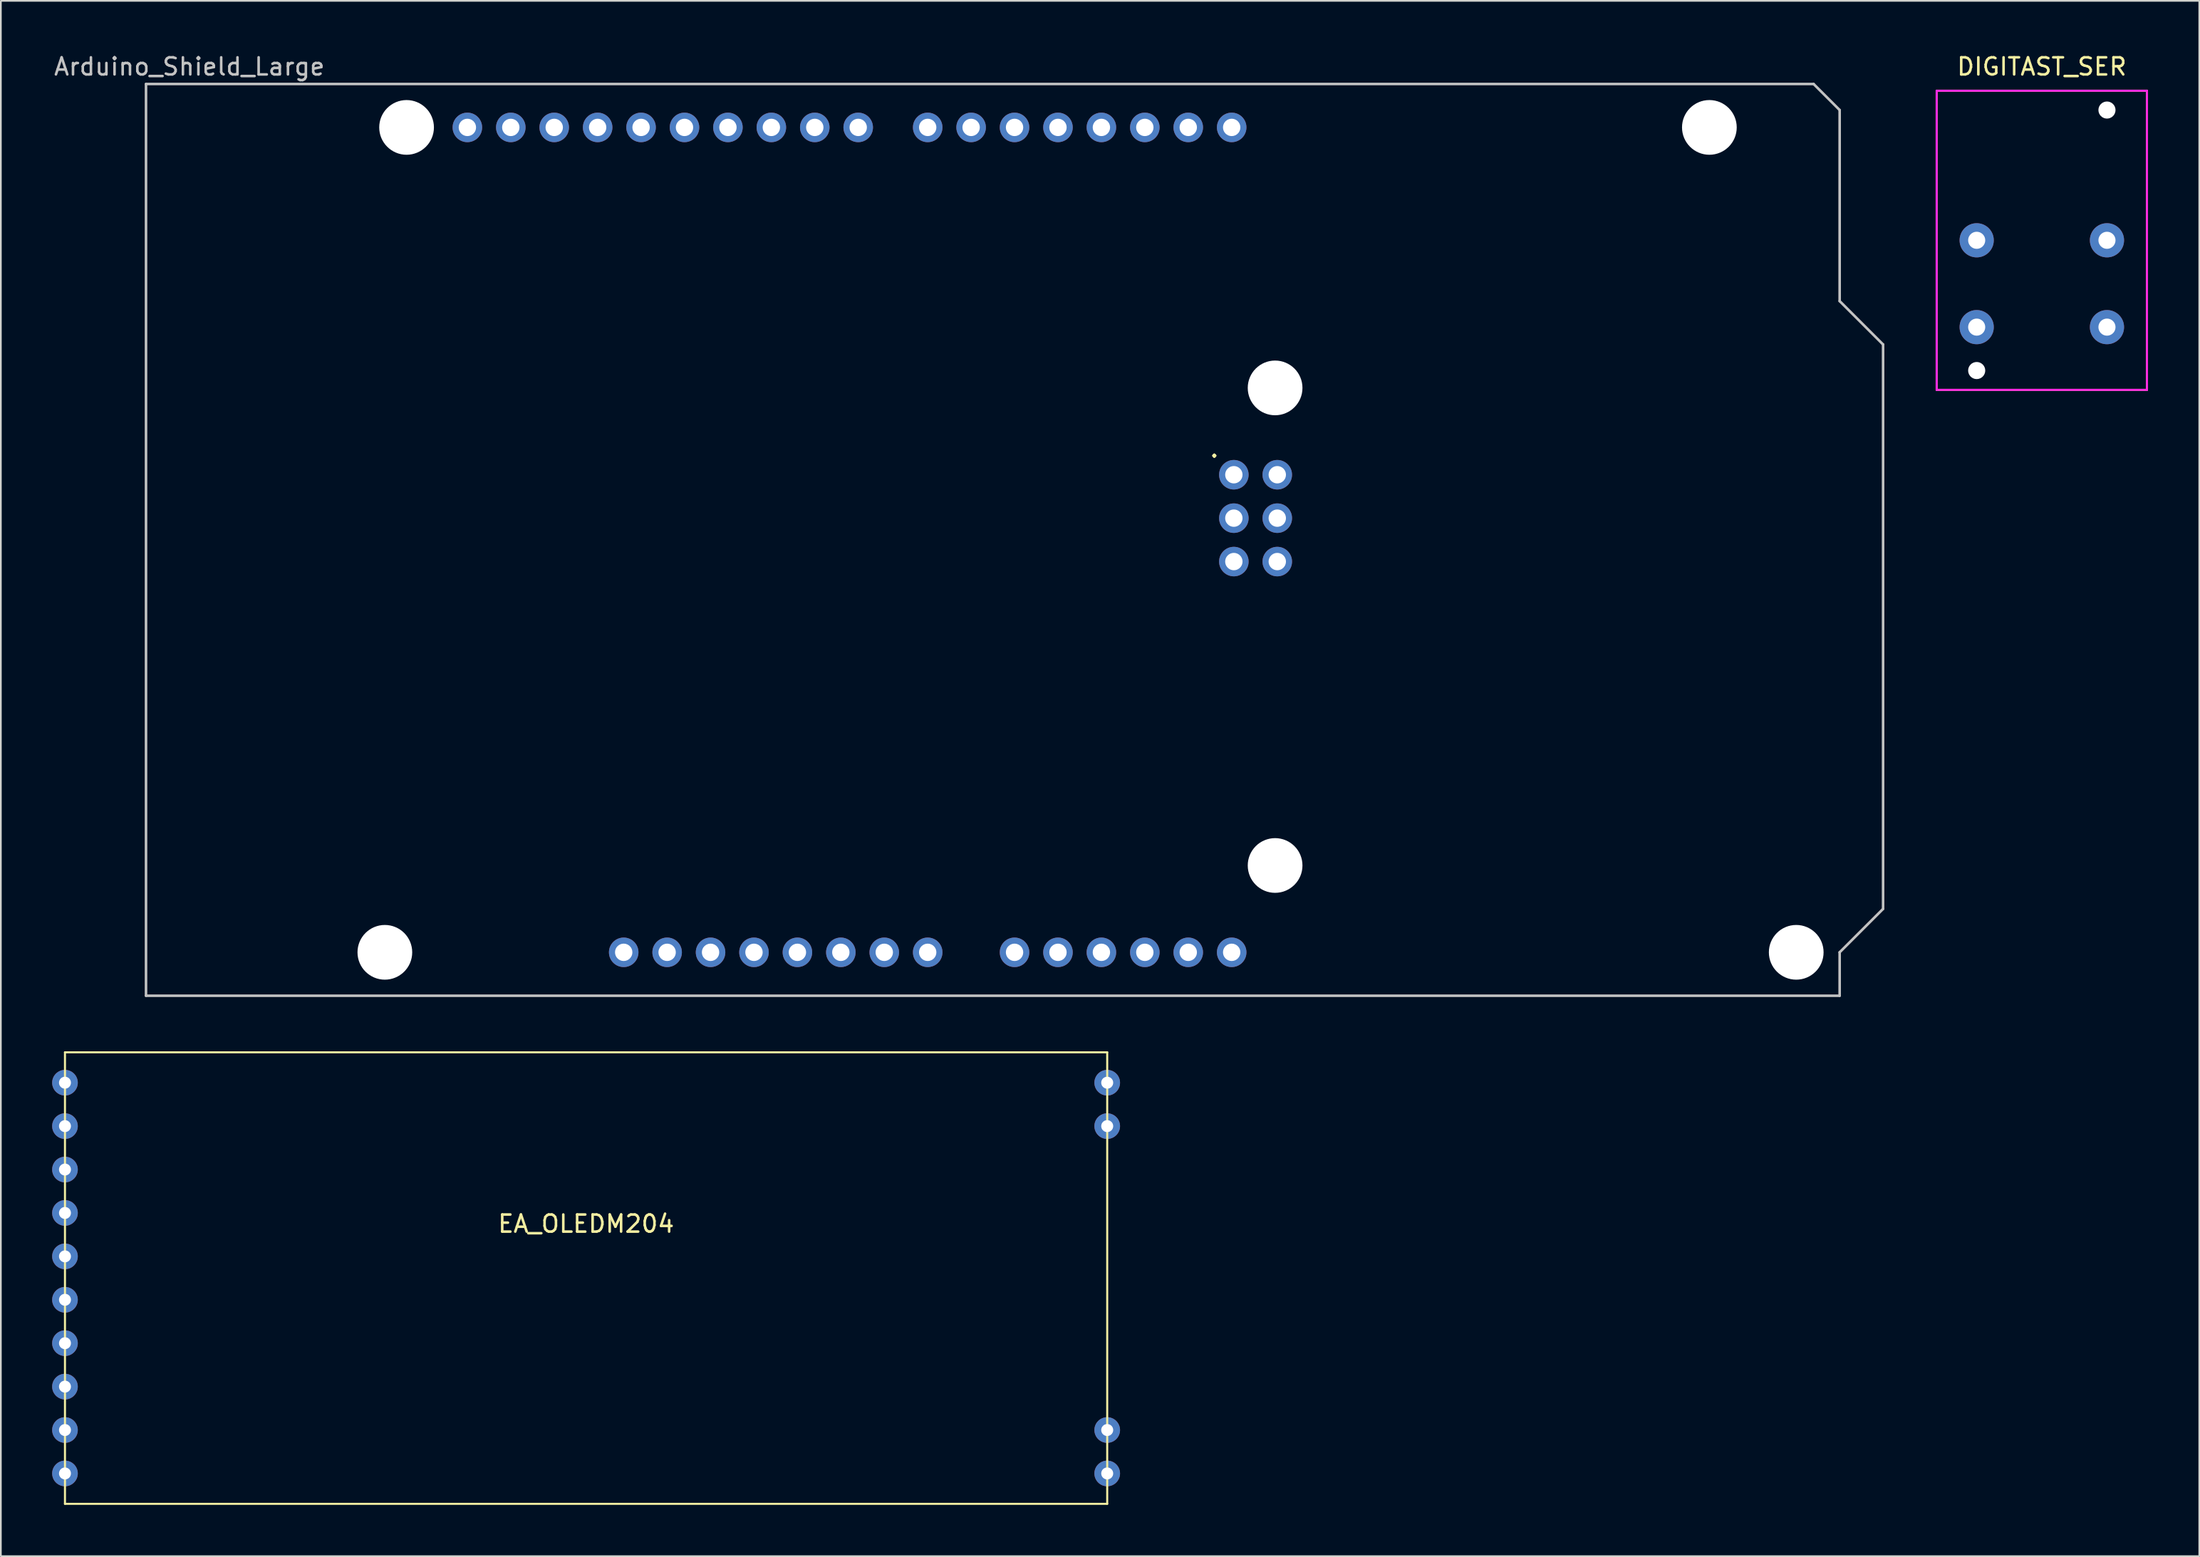
<source format=kicad_pcb>
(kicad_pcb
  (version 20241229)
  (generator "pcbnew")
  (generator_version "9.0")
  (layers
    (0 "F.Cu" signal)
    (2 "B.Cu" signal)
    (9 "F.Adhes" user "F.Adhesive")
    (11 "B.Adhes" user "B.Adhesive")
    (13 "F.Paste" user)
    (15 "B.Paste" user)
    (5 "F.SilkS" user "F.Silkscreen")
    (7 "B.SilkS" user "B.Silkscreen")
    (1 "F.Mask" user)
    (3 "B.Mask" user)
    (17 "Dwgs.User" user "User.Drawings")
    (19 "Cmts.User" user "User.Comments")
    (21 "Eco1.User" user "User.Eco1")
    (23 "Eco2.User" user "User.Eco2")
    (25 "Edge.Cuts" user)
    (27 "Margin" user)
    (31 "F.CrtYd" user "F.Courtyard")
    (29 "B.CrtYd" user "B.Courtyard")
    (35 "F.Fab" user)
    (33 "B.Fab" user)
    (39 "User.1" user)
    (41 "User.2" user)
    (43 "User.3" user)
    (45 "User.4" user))
  (footprint "Arduino_Shield_Large"
    (layer "F.Cu")
    (at 5.49 55.204)
    (property "Reference" "Arduino_Shield_Large" (at 2.54 -54.356 0) (layer "Dwgs.User") (effects (font (size 1 1) (thickness 0.15))))
    (attr through_hole)
    (fp_line (start 0 -53.34) (end 0 0) (stroke (width 0.15) (type solid)) (layer "Dwgs.User"))
    (fp_line (start 0 -53.34) (end 97.536 -53.34) (stroke (width 0.15) (type solid)) (layer "Dwgs.User"))
    (fp_line (start 0 0) (end 99.06 0) (stroke (width 0.15) (type solid)) (layer "Dwgs.User"))
    (fp_line (start 97.536 -53.34) (end 99.06 -51.816) (stroke (width 0.15) (type solid)) (layer "Dwgs.User"))
    (fp_line (start 99.06 -40.64) (end 99.06 -51.816) (stroke (width 0.15) (type solid)) (layer "Dwgs.User"))
    (fp_line (start 99.06 -2.54) (end 101.6 -5.08) (stroke (width 0.15) (type solid)) (layer "Dwgs.User"))
    (fp_line (start 99.06 0) (end 99.06 -2.54) (stroke (width 0.15) (type solid)) (layer "Dwgs.User"))
    (fp_line (start 101.6 -38.1) (end 99.06 -40.64) (stroke (width 0.15) (type solid)) (layer "Dwgs.User"))
    (fp_line (start 101.6 -5.08) (end 101.6 -38.1) (stroke (width 0.15) (type solid)) (layer "Dwgs.User"))
    (fp_text user "." (at 62.484 -32.004 0) (layer "F.SilkS") (effects (font (size 1 1) (thickness 0.15))))
    (pad "" np_thru_hole circle (at 13.97 -2.54) (size 3.2 3.2) (drill 3.2) (layers "*.Cu" "*.Mask"))
    (pad "" np_thru_hole circle (at 15.24 -50.8) (size 3.2 3.2) (drill 3.2) (layers "*.Cu" "*.Mask"))
    (pad "" thru_hole oval (at 27.94 -2.54) (size 1.727 1.727) (drill 1.016) (layers "*.Cu" "*.Mask"))
    (pad "" np_thru_hole circle (at 66.04 -35.56) (size 3.2 3.2) (drill 3.2) (layers "*.Cu" "*.Mask"))
    (pad "" np_thru_hole circle (at 66.04 -7.62) (size 3.2 3.2) (drill 3.2) (layers "*.Cu" "*.Mask"))
    (pad "" np_thru_hole circle (at 91.44 -50.8) (size 3.2 3.2) (drill 3.2) (layers "*.Cu" "*.Mask"))
    (pad "" np_thru_hole circle (at 96.52 -2.54) (size 3.2 3.2) (drill 3.2) (layers "*.Cu" "*.Mask"))
    (pad "3V3" thru_hole oval (at 35.56 -2.54) (size 1.727 1.727) (drill 1.016) (layers "*.Cu" "*.Mask"))
    (pad "5V1" thru_hole oval (at 38.1 -2.54) (size 1.727 1.727) (drill 1.016) (layers "*.Cu" "*.Mask"))
    (pad "5V2" thru_hole oval (at 66.167 -30.48) (size 1.727 1.727) (drill 1.016) (layers "*.Cu" "*.Mask"))
    (pad "A0" thru_hole oval (at 50.8 -2.54) (size 1.727 1.727) (drill 1.016) (layers "*.Cu" "*.Mask"))
    (pad "A1" thru_hole oval (at 53.34 -2.54) (size 1.727 1.727) (drill 1.016) (layers "*.Cu" "*.Mask"))
    (pad "A2" thru_hole oval (at 55.88 -2.54) (size 1.727 1.727) (drill 1.016) (layers "*.Cu" "*.Mask"))
    (pad "A3" thru_hole oval (at 58.42 -2.54) (size 1.727 1.727) (drill 1.016) (layers "*.Cu" "*.Mask"))
    (pad "A4" thru_hole oval (at 60.96 -2.54) (size 1.727 1.727) (drill 1.016) (layers "*.Cu" "*.Mask"))
    (pad "A5" thru_hole oval (at 63.5 -2.54) (size 1.727 1.727) (drill 1.016) (layers "*.Cu" "*.Mask"))
    (pad "AREF" thru_hole oval (at 23.876 -50.8) (size 1.727 1.727) (drill 1.016) (layers "*.Cu" "*.Mask"))
    (pad "D0" thru_hole oval (at 63.5 -50.8) (size 1.727 1.727) (drill 1.016) (layers "*.Cu" "*.Mask"))
    (pad "D1" thru_hole oval (at 60.96 -50.8) (size 1.727 1.727) (drill 1.016) (layers "*.Cu" "*.Mask"))
    (pad "D2" thru_hole oval (at 58.42 -50.8) (size 1.727 1.727) (drill 1.016) (layers "*.Cu" "*.Mask"))
    (pad "D3" thru_hole oval (at 55.88 -50.8) (size 1.727 1.727) (drill 1.016) (layers "*.Cu" "*.Mask"))
    (pad "D4" thru_hole oval (at 53.34 -50.8) (size 1.727 1.727) (drill 1.016) (layers "*.Cu" "*.Mask"))
    (pad "D5" thru_hole oval (at 50.8 -50.8) (size 1.727 1.727) (drill 1.016) (layers "*.Cu" "*.Mask"))
    (pad "D6" thru_hole oval (at 48.26 -50.8) (size 1.727 1.727) (drill 1.016) (layers "*.Cu" "*.Mask"))
    (pad "D7" thru_hole oval (at 45.72 -50.8) (size 1.727 1.727) (drill 1.016) (layers "*.Cu" "*.Mask"))
    (pad "D8" thru_hole oval (at 41.656 -50.8) (size 1.727 1.727) (drill 1.016) (layers "*.Cu" "*.Mask"))
    (pad "D9" thru_hole oval (at 39.116 -50.8) (size 1.727 1.727) (drill 1.016) (layers "*.Cu" "*.Mask"))
    (pad "D10" thru_hole oval (at 36.576 -50.8) (size 1.727 1.727) (drill 1.016) (layers "*.Cu" "*.Mask"))
    (pad "D11" thru_hole oval (at 34.036 -50.8) (size 1.727 1.727) (drill 1.016) (layers "*.Cu" "*.Mask"))
    (pad "D12" thru_hole oval (at 31.496 -50.8) (size 1.727 1.727) (drill 1.016) (layers "*.Cu" "*.Mask"))
    (pad "D13" thru_hole oval (at 28.956 -50.8) (size 1.727 1.727) (drill 1.016) (layers "*.Cu" "*.Mask"))
    (pad "GND1" thru_hole oval (at 26.416 -50.8) (size 1.727 1.727) (drill 1.016) (layers "*.Cu" "*.Mask"))
    (pad "GND2" thru_hole oval (at 40.64 -2.54) (size 1.727 1.727) (drill 1.016) (layers "*.Cu" "*.Mask"))
    (pad "GND3" thru_hole oval (at 43.18 -2.54) (size 1.727 1.727) (drill 1.016) (layers "*.Cu" "*.Mask"))
    (pad "GND4" thru_hole oval (at 66.167 -25.4) (size 1.727 1.727) (drill 1.016) (layers "*.Cu" "*.Mask"))
    (pad "IORF" thru_hole oval (at 30.48 -2.54) (size 1.727 1.727) (drill 1.016) (layers "*.Cu" "*.Mask"))
    (pad "MISO" thru_hole oval (at 63.627 -30.48) (size 1.727 1.727) (drill 1.016) (layers "*.Cu" "*.Mask"))
    (pad "MOSI" thru_hole oval (at 66.167 -27.94) (size 1.727 1.727) (drill 1.016) (layers "*.Cu" "*.Mask"))
    (pad "RST1" thru_hole oval (at 33.02 -2.54) (size 1.727 1.727) (drill 1.016) (layers "*.Cu" "*.Mask"))
    (pad "RST2" thru_hole oval (at 63.627 -25.4) (size 1.727 1.727) (drill 1.016) (layers "*.Cu" "*.Mask"))
    (pad "SCK" thru_hole oval (at 63.627 -27.94) (size 1.727 1.727) (drill 1.016) (layers "*.Cu" "*.Mask"))
    (pad "SCL" thru_hole oval (at 18.796 -50.8) (size 1.727 1.727) (drill 1.016) (layers "*.Cu" "*.Mask"))
    (pad "SDA" thru_hole oval (at 21.336 -50.8) (size 1.727 1.727) (drill 1.016) (layers "*.Cu" "*.Mask"))
    (pad "VIN" thru_hole oval (at 45.72 -2.54) (size 1.727 1.727) (drill 1.016) (layers "*.Cu" "*.Mask")))
  (footprint "DIGITAST_SER"
    (layer "F.Cu")
    (at 116.375 11.008)
    (property "Reference" "DIGITAST_SER" (at 0 -10.16 0) (layer "F.SilkS") (effects (font (size 1 1) (thickness 0.15))))
    (attr through_hole)
    (fp_line (start -6.15 -8.75) (end -6.15 8.75) (stroke (width 0.12) (type solid)) (layer "F.SilkS"))
    (fp_line (start -6.15 8.75) (end 6.15 8.75) (stroke (width 0.12) (type solid)) (layer "F.SilkS"))
    (fp_line (start 6.15 -8.75) (end -6.15 -8.75) (stroke (width 0.12) (type solid)) (layer "F.SilkS"))
    (fp_line (start 6.15 8.75) (end 6.15 -8.75) (stroke (width 0.12) (type solid)) (layer "F.SilkS"))
    (fp_line (start -6.15 -8.75) (end -6.15 8.75) (stroke (width 0.12) (type solid)) (layer "F.CrtYd"))
    (fp_line (start -6.15 8.75) (end 6.15 8.75) (stroke (width 0.12) (type solid)) (layer "F.CrtYd"))
    (fp_line (start 6.15 -8.75) (end -6.15 -8.75) (stroke (width 0.12) (type solid)) (layer "F.CrtYd"))
    (fp_line (start 6.15 8.75) (end 6.15 -8.75) (stroke (width 0.12) (type solid)) (layer "F.CrtYd"))
    (pad "" np_thru_hole circle (at -3.81 7.62) (size 1 1) (drill 1) (layers "*.Cu" "*.Mask"))
    (pad "" np_thru_hole circle (at 3.81 -7.62) (size 1 1) (drill 1) (layers "*.Cu" "*.Mask"))
    (pad "1" thru_hole circle (at 3.81 5.08) (size 2 2) (drill 1) (layers "*.Cu" "*.Mask"))
    (pad "2" thru_hole circle (at -3.81 0) (size 2 2) (drill 1) (layers "*.Cu" "*.Mask"))
    (pad "2" thru_hole circle (at 3.81 0) (size 2 2) (drill 1) (layers "*.Cu" "*.Mask"))
    (pad "3" thru_hole circle (at -3.81 5.08) (size 2 2) (drill 1) (layers "*.Cu" "*.Mask")))
  (footprint "EA_OLEDM204"
    (layer "F.Cu")
    (at 31.23 71.722)
    (property "Reference" "EA_OLEDM204" (at 0 -3.175 0) (layer "F.SilkS") (effects (font (size 1 1) (thickness 0.15))))
    (attr through_hole)
    (fp_line (start -30.48 -13.208) (end -30.48 13.208) (stroke (width 0.12) (type solid)) (layer "F.SilkS"))
    (fp_line (start -30.48 -13.208) (end 30.48 -13.208) (stroke (width 0.12) (type solid)) (layer "F.SilkS"))
    (fp_line (start -30.48 13.208) (end 30.48 13.208) (stroke (width 0.12) (type solid)) (layer "F.SilkS"))
    (fp_line (start 30.48 -13.208) (end 30.48 13.208) (stroke (width 0.12) (type solid)) (layer "F.SilkS"))
    (pad "1" thru_hole circle (at -30.48 -11.43) (size 1.5 1.5) (drill 0.7) (layers "*.Cu" "*.Mask"))
    (pad "2" thru_hole circle (at -30.48 -8.89) (size 1.5 1.5) (drill 0.7) (layers "*.Cu" "*.Mask"))
    (pad "3" thru_hole circle (at -30.48 -6.35) (size 1.5 1.5) (drill 0.7) (layers "*.Cu" "*.Mask"))
    (pad "4" thru_hole circle (at -30.48 -3.81) (size 1.5 1.5) (drill 0.7) (layers "*.Cu" "*.Mask"))
    (pad "5" thru_hole circle (at -30.48 -1.27) (size 1.5 1.5) (drill 0.7) (layers "*.Cu" "*.Mask"))
    (pad "6" thru_hole circle (at -30.48 1.27) (size 1.5 1.5) (drill 0.7) (layers "*.Cu" "*.Mask"))
    (pad "7" thru_hole circle (at -30.48 3.81) (size 1.5 1.5) (drill 0.7) (layers "*.Cu" "*.Mask"))
    (pad "8" thru_hole circle (at -30.48 6.35) (size 1.5 1.5) (drill 0.7) (layers "*.Cu" "*.Mask"))
    (pad "9" thru_hole circle (at -30.48 8.89) (size 1.5 1.5) (drill 0.7) (layers "*.Cu" "*.Mask"))
    (pad "10" thru_hole circle (at -30.48 11.43) (size 1.5 1.5) (drill 0.7) (layers "*.Cu" "*.Mask"))
    (pad "11" thru_hole circle (at 30.48 11.43) (size 1.5 1.5) (drill 0.7) (layers "*.Cu" "*.Mask"))
    (pad "12" thru_hole circle (at 30.48 8.89) (size 1.5 1.5) (drill 0.7) (layers "*.Cu" "*.Mask"))
    (pad "19" thru_hole circle (at 30.48 -8.89) (size 1.5 1.5) (drill 0.7) (layers "*.Cu" "*.Mask"))
    (pad "20" thru_hole circle (at 30.48 -11.43) (size 1.5 1.5) (drill 0.7) (layers "*.Cu" "*.Mask")))
  (gr_rect
    (start -3 -3)
    (end 125.585 87.99)
    (stroke (width 0.1) (type default))
    (fill no)
    (layer "Edge.Cuts")))
</source>
